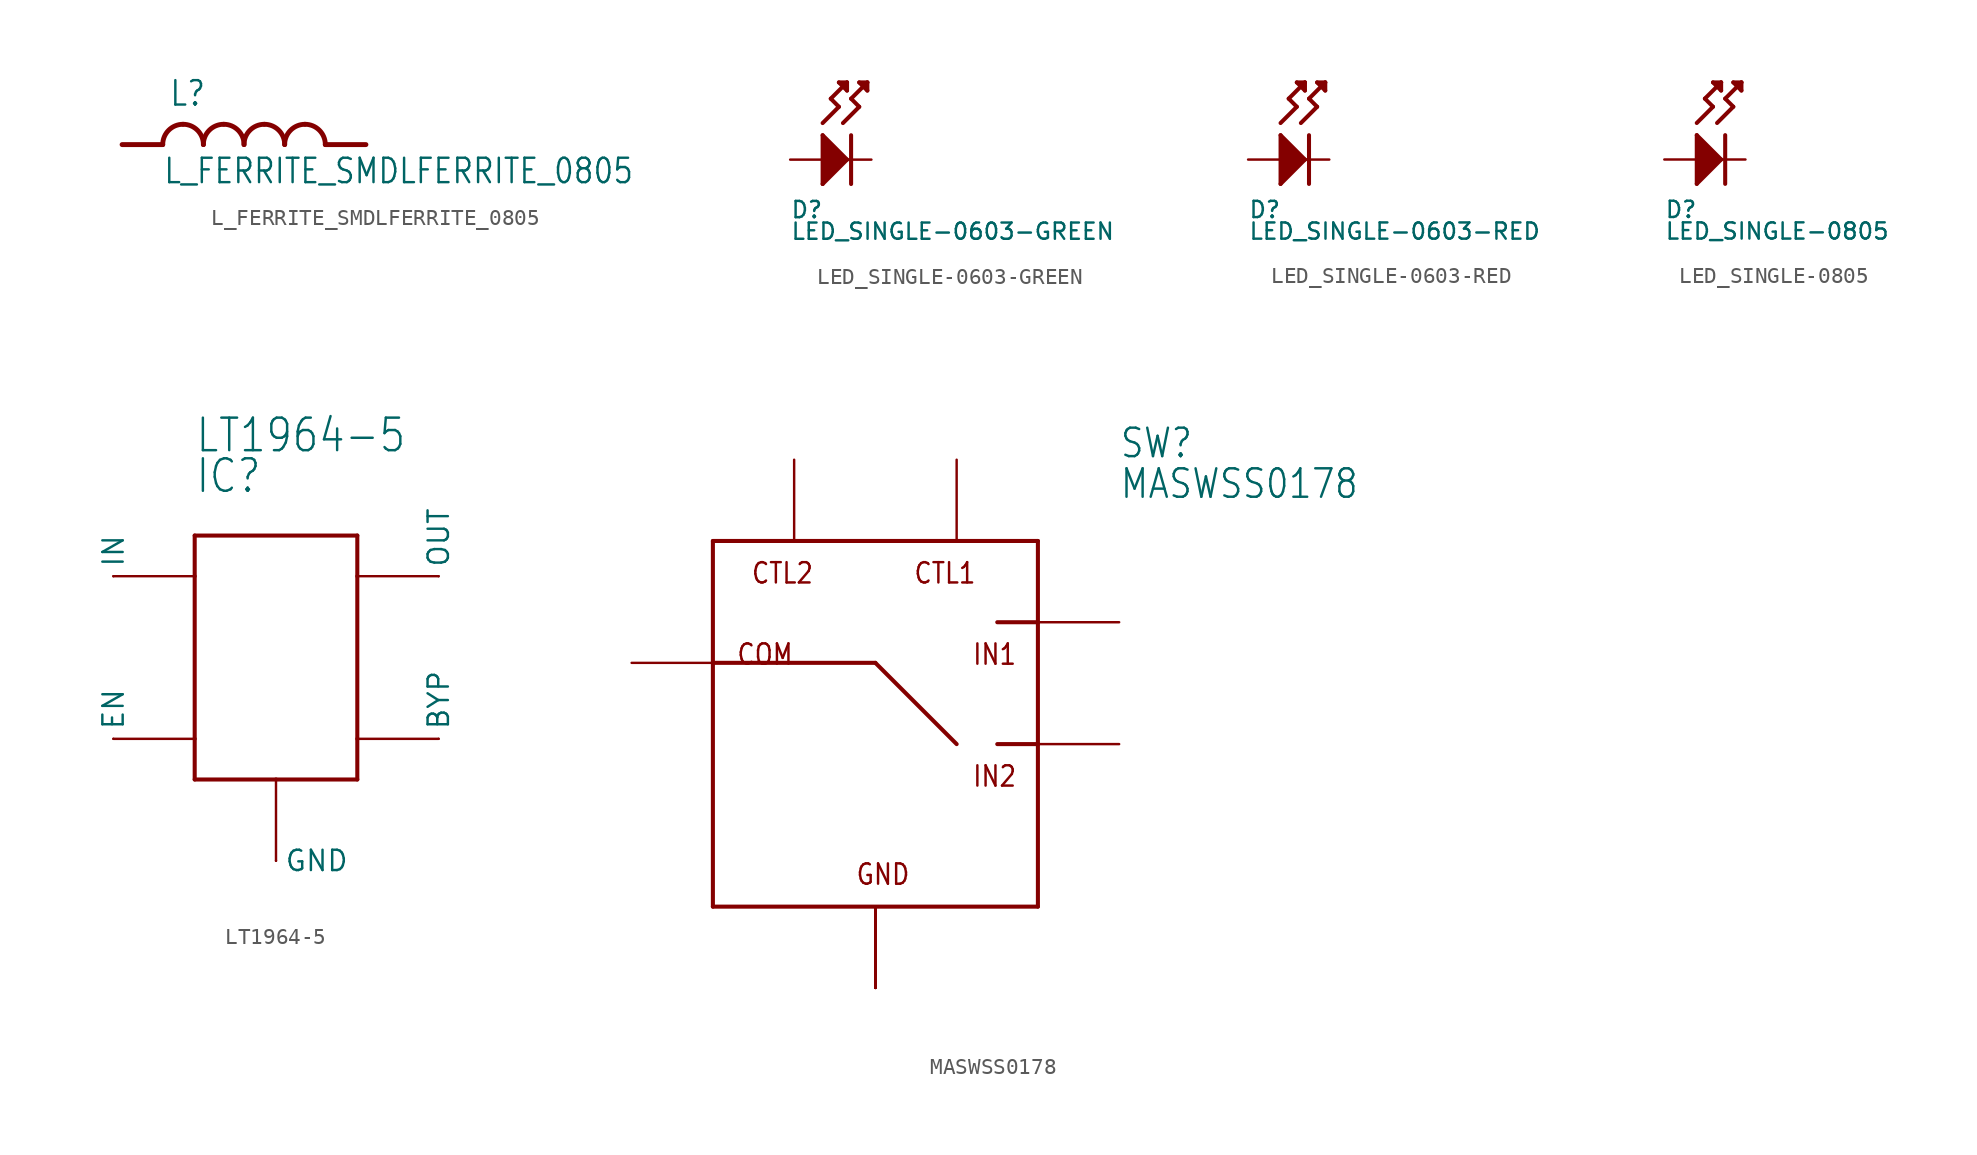
<source format=kicad_sym>
(kicad_symbol_lib
  (version 20211014)
  (generator kicad_symbol_editor)
  (symbol "L_FERRITE_SMDLFERRITE_0805"
    (property "Reference" "L"
      (at -4.7 2.31 0)
      (effects (font (size 1.524 1.295)) (justify left bottom)))
    (property "Value" "L_FERRITE_SMDLFERRITE_0805"
      (at -5.08 -2.54 0)
      (effects (font (size 1.524 1.295)) (justify left bottom)))
    (property "ki_locked" ""
      (at 0 0 0)
      (effects (font (size 1.27 1.27))))
    (symbol "L_FERRITE_SMDLFERRITE_0805_1_0"
      (arc (start -3.81 1.27) (mid -4.708 0.898) (end -5.08 0) (stroke (width 0.3048) (type default) (color 0 0 0 0)) (fill (type none)))
      (arc (start -2.54 0) (mid -2.912 0.898) (end -3.81 1.27) (stroke (width 0.3048) (type default) (color 0 0 0 0)) (fill (type none)))
      (arc (start -1.27 1.27) (mid -2.168 0.898) (end -2.54 0) (stroke (width 0.3048) (type default) (color 0 0 0 0)) (fill (type none)))
      (arc (start 0 0) (mid -0.372 0.898) (end -1.27 1.27) (stroke (width 0.3048) (type default) (color 0 0 0 0)) (fill (type none)))
      (polyline (pts (xy -5.08 0) (xy -7.62 0)) (stroke (width 0.305) (type default) (color 0 0 0 0)) (fill (type none)))
      (polyline (pts (xy 5.08 0) (xy 7.62 0)) (stroke (width 0.305) (type default) (color 0 0 0 0)) (fill (type none)))
      (arc (start 1.27 1.27) (mid 0.372 0.898) (end 0 0) (stroke (width 0.3048) (type default) (color 0 0 0 0)) (fill (type none)))
      (arc (start 2.54 0) (mid 2.168 0.898) (end 1.27 1.27) (stroke (width 0.3048) (type default) (color 0 0 0 0)) (fill (type none)))
      (arc (start 3.81 1.27) (mid 2.912 0.898) (end 2.54 0) (stroke (width 0.3048) (type default) (color 0 0 0 0)) (fill (type none)))
      (arc (start 5.08 0) (mid 4.708 0.898) (end 3.81 1.27) (stroke (width 0.3048) (type default) (color 0 0 0 0)) (fill (type none)))
      (pin passive line (at -7.62 0 0) (length 2.54) (name "1" (effects (font (size 0 0)))) (number "P$1" (effects (font (size 0 0)))))
      (pin passive line (at 7.62 0 180) (length 2.54) (name "2" (effects (font (size 0 0)))) (number "P$2" (effects (font (size 0 0)))))))
  (symbol "LED_SINGLE-0603-GREEN"
    (property "Reference" "D"
      (at -2.54 -2.54 0)
      (effects (font (size 1.016 1.016)) (justify left top)))
    (property "Value" "LED_SINGLE-0603-GREEN"
      (at -2.54 -5.08 0)
      (effects (font (size 1.016 1.016)) (justify left bottom)))
    (property "ki_locked" ""
      (at 0 0 0)
      (effects (font (size 1.27 1.27))))
    (symbol "LED_SINGLE-0603-GREEN_1_0"
      (polyline (pts (xy -0.508 -1.524) (xy -0.508 1.524)) (stroke (width 0.254) (type default) (color 0 0 0 0)) (fill (type none)))
      (polyline (pts (xy -0.508 1.524) (xy 1.016 0)) (stroke (width 0.254) (type default) (color 0 0 0 0)) (fill (type none)))
      (polyline (pts (xy -0.508 2.286) (xy 0.508 3.302)) (stroke (width 0.254) (type default) (color 0 0 0 0)) (fill (type none)))
      (polyline (pts (xy 0 3.81) (xy 1.016 4.826)) (stroke (width 0.254) (type default) (color 0 0 0 0)) (fill (type none)))
      (polyline (pts (xy 0.508 3.302) (xy 0 3.81)) (stroke (width 0.254) (type default) (color 0 0 0 0)) (fill (type none)))
      (polyline (pts (xy 0.508 4.826) (xy 1.016 4.318)) (stroke (width 0.254) (type default) (color 0 0 0 0)) (fill (type none)))
      (polyline (pts (xy 0.762 2.286) (xy 1.778 3.302)) (stroke (width 0.254) (type default) (color 0 0 0 0)) (fill (type none)))
      (polyline (pts (xy 1.016 0) (xy -0.508 -1.524)) (stroke (width 0.254) (type default) (color 0 0 0 0)) (fill (type none)))
      (polyline (pts (xy 1.016 4.318) (xy 1.016 4.826)) (stroke (width 0.254) (type default) (color 0 0 0 0)) (fill (type none)))
      (polyline (pts (xy 1.016 4.826) (xy 0.508 4.826)) (stroke (width 0.254) (type default) (color 0 0 0 0)) (fill (type none)))
      (polyline (pts (xy 1.27 1.524) (xy 1.27 -1.524)) (stroke (width 0.254) (type default) (color 0 0 0 0)) (fill (type none)))
      (polyline (pts (xy 1.27 3.81) (xy 2.286 4.826)) (stroke (width 0.254) (type default) (color 0 0 0 0)) (fill (type none)))
      (polyline (pts (xy 1.778 3.302) (xy 1.27 3.81)) (stroke (width 0.254) (type default) (color 0 0 0 0)) (fill (type none)))
      (polyline (pts (xy 1.778 4.826) (xy 2.286 4.318)) (stroke (width 0.254) (type default) (color 0 0 0 0)) (fill (type none)))
      (polyline (pts (xy 2.286 4.318) (xy 2.286 4.826)) (stroke (width 0.254) (type default) (color 0 0 0 0)) (fill (type none)))
      (polyline (pts (xy 2.286 4.826) (xy 1.778 4.826)) (stroke (width 0.254) (type default) (color 0 0 0 0)) (fill (type none)))
      (polyline (pts (xy -0.508 -1.524) (xy -0.508 1.524) (xy 1.016 0)) (stroke (width 0) (type default) (color 0 0 0 0)) (fill (type outline)))
      (pin power_in line (at -2.54 0 0) (length 2.54) (name "ANODE" (effects (font (size 0 0)))) (number "ANODE" (effects (font (size 0 0)))))
      (pin power_in line (at 2.54 0 180) (length 2.54) (name "CATHODE" (effects (font (size 0 0)))) (number "CATHODE" (effects (font (size 0 0)))))))
  (symbol "LED_SINGLE-0603-RED"
    (property "Reference" "D"
      (at -2.54 -2.54 0)
      (effects (font (size 1.016 1.016)) (justify left top)))
    (property "Value" "LED_SINGLE-0603-RED"
      (at -2.54 -5.08 0)
      (effects (font (size 1.016 1.016)) (justify left bottom)))
    (property "ki_locked" ""
      (at 0 0 0)
      (effects (font (size 1.27 1.27))))
    (symbol "LED_SINGLE-0603-RED_1_0"
      (polyline (pts (xy -0.508 -1.524) (xy -0.508 1.524)) (stroke (width 0.254) (type default) (color 0 0 0 0)) (fill (type none)))
      (polyline (pts (xy -0.508 1.524) (xy 1.016 0)) (stroke (width 0.254) (type default) (color 0 0 0 0)) (fill (type none)))
      (polyline (pts (xy -0.508 2.286) (xy 0.508 3.302)) (stroke (width 0.254) (type default) (color 0 0 0 0)) (fill (type none)))
      (polyline (pts (xy 0 3.81) (xy 1.016 4.826)) (stroke (width 0.254) (type default) (color 0 0 0 0)) (fill (type none)))
      (polyline (pts (xy 0.508 3.302) (xy 0 3.81)) (stroke (width 0.254) (type default) (color 0 0 0 0)) (fill (type none)))
      (polyline (pts (xy 0.508 4.826) (xy 1.016 4.318)) (stroke (width 0.254) (type default) (color 0 0 0 0)) (fill (type none)))
      (polyline (pts (xy 0.762 2.286) (xy 1.778 3.302)) (stroke (width 0.254) (type default) (color 0 0 0 0)) (fill (type none)))
      (polyline (pts (xy 1.016 0) (xy -0.508 -1.524)) (stroke (width 0.254) (type default) (color 0 0 0 0)) (fill (type none)))
      (polyline (pts (xy 1.016 4.318) (xy 1.016 4.826)) (stroke (width 0.254) (type default) (color 0 0 0 0)) (fill (type none)))
      (polyline (pts (xy 1.016 4.826) (xy 0.508 4.826)) (stroke (width 0.254) (type default) (color 0 0 0 0)) (fill (type none)))
      (polyline (pts (xy 1.27 1.524) (xy 1.27 -1.524)) (stroke (width 0.254) (type default) (color 0 0 0 0)) (fill (type none)))
      (polyline (pts (xy 1.27 3.81) (xy 2.286 4.826)) (stroke (width 0.254) (type default) (color 0 0 0 0)) (fill (type none)))
      (polyline (pts (xy 1.778 3.302) (xy 1.27 3.81)) (stroke (width 0.254) (type default) (color 0 0 0 0)) (fill (type none)))
      (polyline (pts (xy 1.778 4.826) (xy 2.286 4.318)) (stroke (width 0.254) (type default) (color 0 0 0 0)) (fill (type none)))
      (polyline (pts (xy 2.286 4.318) (xy 2.286 4.826)) (stroke (width 0.254) (type default) (color 0 0 0 0)) (fill (type none)))
      (polyline (pts (xy 2.286 4.826) (xy 1.778 4.826)) (stroke (width 0.254) (type default) (color 0 0 0 0)) (fill (type none)))
      (polyline (pts (xy -0.508 -1.524) (xy -0.508 1.524) (xy 1.016 0)) (stroke (width 0) (type default) (color 0 0 0 0)) (fill (type outline)))
      (pin power_in line (at -2.54 0 0) (length 2.54) (name "ANODE" (effects (font (size 0 0)))) (number "ANODE" (effects (font (size 0 0)))))
      (pin power_in line (at 2.54 0 180) (length 2.54) (name "CATHODE" (effects (font (size 0 0)))) (number "CATHODE" (effects (font (size 0 0)))))))
  (symbol "LED_SINGLE-0805"
    (property "Reference" "D"
      (at -2.54 -2.54 0)
      (effects (font (size 1.016 1.016)) (justify left top)))
    (property "Value" "LED_SINGLE-0805"
      (at -2.54 -5.08 0)
      (effects (font (size 1.016 1.016)) (justify left bottom)))
    (property "ki_locked" ""
      (at 0 0 0)
      (effects (font (size 1.27 1.27))))
    (symbol "LED_SINGLE-0805_1_0"
      (polyline (pts (xy -0.508 -1.524) (xy -0.508 1.524)) (stroke (width 0.254) (type default) (color 0 0 0 0)) (fill (type none)))
      (polyline (pts (xy -0.508 1.524) (xy 1.016 0)) (stroke (width 0.254) (type default) (color 0 0 0 0)) (fill (type none)))
      (polyline (pts (xy -0.508 2.286) (xy 0.508 3.302)) (stroke (width 0.254) (type default) (color 0 0 0 0)) (fill (type none)))
      (polyline (pts (xy 0 3.81) (xy 1.016 4.826)) (stroke (width 0.254) (type default) (color 0 0 0 0)) (fill (type none)))
      (polyline (pts (xy 0.508 3.302) (xy 0 3.81)) (stroke (width 0.254) (type default) (color 0 0 0 0)) (fill (type none)))
      (polyline (pts (xy 0.508 4.826) (xy 1.016 4.318)) (stroke (width 0.254) (type default) (color 0 0 0 0)) (fill (type none)))
      (polyline (pts (xy 0.762 2.286) (xy 1.778 3.302)) (stroke (width 0.254) (type default) (color 0 0 0 0)) (fill (type none)))
      (polyline (pts (xy 1.016 0) (xy -0.508 -1.524)) (stroke (width 0.254) (type default) (color 0 0 0 0)) (fill (type none)))
      (polyline (pts (xy 1.016 4.318) (xy 1.016 4.826)) (stroke (width 0.254) (type default) (color 0 0 0 0)) (fill (type none)))
      (polyline (pts (xy 1.016 4.826) (xy 0.508 4.826)) (stroke (width 0.254) (type default) (color 0 0 0 0)) (fill (type none)))
      (polyline (pts (xy 1.27 1.524) (xy 1.27 -1.524)) (stroke (width 0.254) (type default) (color 0 0 0 0)) (fill (type none)))
      (polyline (pts (xy 1.27 3.81) (xy 2.286 4.826)) (stroke (width 0.254) (type default) (color 0 0 0 0)) (fill (type none)))
      (polyline (pts (xy 1.778 3.302) (xy 1.27 3.81)) (stroke (width 0.254) (type default) (color 0 0 0 0)) (fill (type none)))
      (polyline (pts (xy 1.778 4.826) (xy 2.286 4.318)) (stroke (width 0.254) (type default) (color 0 0 0 0)) (fill (type none)))
      (polyline (pts (xy 2.286 4.318) (xy 2.286 4.826)) (stroke (width 0.254) (type default) (color 0 0 0 0)) (fill (type none)))
      (polyline (pts (xy 2.286 4.826) (xy 1.778 4.826)) (stroke (width 0.254) (type default) (color 0 0 0 0)) (fill (type none)))
      (polyline (pts (xy -0.508 -1.524) (xy -0.508 1.524) (xy 1.016 0)) (stroke (width 0) (type default) (color 0 0 0 0)) (fill (type outline)))
      (pin power_in line (at -2.54 0 0) (length 2.54) (name "ANODE" (effects (font (size 0 0)))) (number "ANODE" (effects (font (size 0 0)))))
      (pin power_in line (at 2.54 0 180) (length 2.54) (name "CATHODE" (effects (font (size 0 0)))) (number "CATHODE" (effects (font (size 0 0)))))))
  (symbol "LT1964-5"
    (property "Reference" "IC"
      (at -5.08 10.16 0)
      (effects (font (size 2.032 1.727)) (justify left bottom)))
    (property "Value" "LT1964-5"
      (at -5.08 12.7 0)
      (effects (font (size 2.032 1.727)) (justify left bottom)))
    (property "ki_locked" ""
      (at 0 0 0)
      (effects (font (size 1.27 1.27))))
    (symbol "LT1964-5_1_0"
      (polyline (pts (xy -5.08 -7.62) (xy -5.08 -5.08)) (stroke (width 0.254) (type default) (color 0 0 0 0)) (fill (type none)))
      (polyline (pts (xy -5.08 -5.08) (xy -10.16 -5.08)) (stroke (width 0.152) (type default) (color 0 0 0 0)) (fill (type none)))
      (polyline (pts (xy -5.08 -5.08) (xy -5.08 5.08)) (stroke (width 0.254) (type default) (color 0 0 0 0)) (fill (type none)))
      (polyline (pts (xy -5.08 5.08) (xy -10.16 5.08)) (stroke (width 0.152) (type default) (color 0 0 0 0)) (fill (type none)))
      (polyline (pts (xy -5.08 5.08) (xy -5.08 7.62)) (stroke (width 0.254) (type default) (color 0 0 0 0)) (fill (type none)))
      (polyline (pts (xy -5.08 7.62) (xy 5.08 7.62)) (stroke (width 0.254) (type default) (color 0 0 0 0)) (fill (type none)))
      (polyline (pts (xy 0 -7.62) (xy -5.08 -7.62)) (stroke (width 0.254) (type default) (color 0 0 0 0)) (fill (type none)))
      (polyline (pts (xy 0 -7.62) (xy 0 -12.7)) (stroke (width 0.152) (type default) (color 0 0 0 0)) (fill (type none)))
      (polyline (pts (xy 5.08 -7.62) (xy 0 -7.62)) (stroke (width 0.254) (type default) (color 0 0 0 0)) (fill (type none)))
      (polyline (pts (xy 5.08 -5.08) (xy 5.08 -7.62)) (stroke (width 0.254) (type default) (color 0 0 0 0)) (fill (type none)))
      (polyline (pts (xy 5.08 -5.08) (xy 10.16 -5.08)) (stroke (width 0.152) (type default) (color 0 0 0 0)) (fill (type none)))
      (polyline (pts (xy 5.08 5.08) (xy 5.08 -5.08)) (stroke (width 0.254) (type default) (color 0 0 0 0)) (fill (type none)))
      (polyline (pts (xy 5.08 5.08) (xy 10.16 5.08)) (stroke (width 0.152) (type default) (color 0 0 0 0)) (fill (type none)))
      (polyline (pts (xy 5.08 7.62) (xy 5.08 5.08)) (stroke (width 0.254) (type default) (color 0 0 0 0)) (fill (type none)))
      (pin bidirectional line (at 0 -12.7 0) (length 0) (name "GND" (effects (font (size 1.27 1.27)))) (number "1" (effects (font (size 0 0)))))
      (pin bidirectional line (at -10.16 5.08 90) (length 0) (name "IN" (effects (font (size 1.27 1.27)))) (number "2" (effects (font (size 0 0)))))
      (pin bidirectional line (at 10.16 -5.08 90) (length 0) (name "BYP" (effects (font (size 1.27 1.27)))) (number "3" (effects (font (size 0 0)))))
      (pin bidirectional line (at -10.16 -5.08 90) (length 0) (name "EN" (effects (font (size 1.27 1.27)))) (number "4" (effects (font (size 0 0)))))
      (pin bidirectional line (at 10.16 5.08 90) (length 0) (name "OUT" (effects (font (size 1.27 1.27)))) (number "5" (effects (font (size 0 0)))))))
  (symbol "MASWSS0178"
    (property "Reference" "SW"
      (at 15.24 17.78 0)
      (effects (font (size 1.778 1.511)) (justify left bottom)))
    (property "Value" "MASWSS0178"
      (at 15.24 15.24 0)
      (effects (font (size 1.778 1.511)) (justify left bottom)))
    (property "ki_locked" ""
      (at 0 0 0)
      (effects (font (size 1.27 1.27))))
    (symbol "MASWSS0178_1_0"
      (polyline (pts (xy -10.16 -10.16) (xy 10.16 -10.16)) (stroke (width 0.254) (type default) (color 0 0 0 0)) (fill (type none)))
      (polyline (pts (xy -10.16 5.08) (xy -10.16 -10.16)) (stroke (width 0.254) (type default) (color 0 0 0 0)) (fill (type none)))
      (polyline (pts (xy -10.16 5.08) (xy 0 5.08)) (stroke (width 0.254) (type default) (color 0 0 0 0)) (fill (type none)))
      (polyline (pts (xy -10.16 12.7) (xy -10.16 5.08)) (stroke (width 0.254) (type default) (color 0 0 0 0)) (fill (type none)))
      (polyline (pts (xy 0 5.08) (xy 5.08 0)) (stroke (width 0.254) (type default) (color 0 0 0 0)) (fill (type none)))
      (polyline (pts (xy 7.62 0) (xy 10.16 0)) (stroke (width 0.254) (type default) (color 0 0 0 0)) (fill (type none)))
      (polyline (pts (xy 10.16 -10.16) (xy 10.16 0)) (stroke (width 0.254) (type default) (color 0 0 0 0)) (fill (type none)))
      (polyline (pts (xy 10.16 0) (xy 10.16 7.62)) (stroke (width 0.254) (type default) (color 0 0 0 0)) (fill (type none)))
      (polyline (pts (xy 10.16 7.62) (xy 7.62 7.62)) (stroke (width 0.254) (type default) (color 0 0 0 0)) (fill (type none)))
      (polyline (pts (xy 10.16 7.62) (xy 10.16 12.7)) (stroke (width 0.254) (type default) (color 0 0 0 0)) (fill (type none)))
      (polyline (pts (xy 10.16 12.7) (xy -10.16 12.7)) (stroke (width 0.254) (type default) (color 0 0 0 0)) (fill (type none)))
      (text "COM" (at -5.08 6.35 0) (effects (font (size 1.27 1.079)) (justify right top)))
      (text "CTL1" (at 6.35 11.43 0) (effects (font (size 1.27 1.079)) (justify right top)))
      (text "CTL2" (at -3.81 11.43 0) (effects (font (size 1.27 1.079)) (justify right top)))
      (text "GND" (at -1.27 -8.89 0) (effects (font (size 1.27 1.079)) (justify left bottom)))
      (text "IN1" (at 8.89 6.35 0) (effects (font (size 1.27 1.079)) (justify right top)))
      (text "IN2" (at 8.89 -1.27 0) (effects (font (size 1.27 1.079)) (justify right top)))
      (pin bidirectional line (at 5.08 17.78 270) (length 5.08) (name "CTL1" (effects (font (size 0 0)))) (number "1" (effects (font (size 0 0)))))
      (pin bidirectional line (at -5.08 17.78 270) (length 5.08) (name "CTL2" (effects (font (size 0 0)))) (number "2" (effects (font (size 0 0)))))
      (pin bidirectional line (at -15.24 5.08 0) (length 5.08) (name "COM" (effects (font (size 0 0)))) (number "3" (effects (font (size 0 0)))))
      (pin bidirectional line (at 0 -15.24 90) (length 5.08) (name "GND" (effects (font (size 0 0)))) (number "4" (effects (font (size 0 0)))))
      (pin bidirectional line (at 15.24 0 180) (length 5.08) (name "IN2" (effects (font (size 0 0)))) (number "5" (effects (font (size 0 0)))))
      (pin bidirectional line (at 0 -15.24 90) (length 5.08) (name "GND" (effects (font (size 0 0)))) (number "6" (effects (font (size 0 0)))))
      (pin bidirectional line (at 0 -15.24 90) (length 5.08) (name "GND" (effects (font (size 0 0)))) (number "7" (effects (font (size 0 0)))))
      (pin bidirectional line (at 15.24 7.62 180) (length 5.08) (name "IN1" (effects (font (size 0 0)))) (number "8" (effects (font (size 0 0)))))
      (pin bidirectional line (at 0 -15.24 90) (length 5.08) (name "GND" (effects (font (size 0 0)))) (number "EP1" (effects (font (size 0 0)))))
      (pin bidirectional line (at 0 -15.24 90) (length 5.08) (name "GND" (effects (font (size 0 0)))) (number "EP2" (effects (font (size 0 0)))))
      (pin bidirectional line (at 0 -15.24 90) (length 5.08) (name "GND" (effects (font (size 0 0)))) (number "EP3" (effects (font (size 0 0)))))
      (pin bidirectional line (at 0 -15.24 90) (length 5.08) (name "GND" (effects (font (size 0 0)))) (number "EP4" (effects (font (size 0 0)))))
      (pin bidirectional line (at 0 -15.24 90) (length 5.08) (name "GND" (effects (font (size 0 0)))) (number "EP5" (effects (font (size 0 0)))))
      (pin bidirectional line (at 0 -15.24 90) (length 5.08) (name "GND" (effects (font (size 0 0)))) (number "EP6" (effects (font (size 0 0))))))))
</source>
